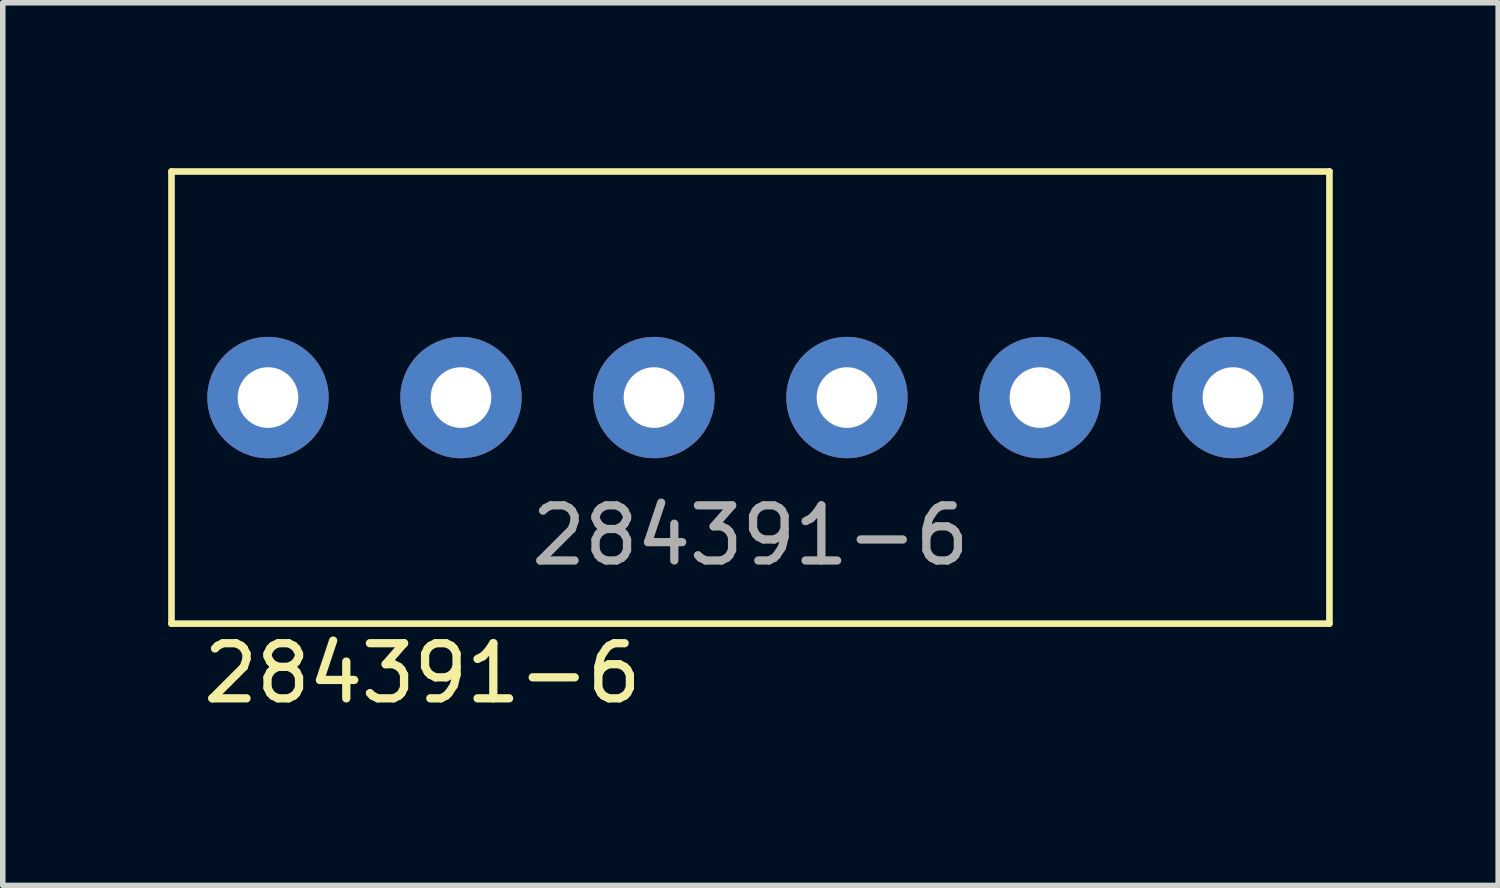
<source format=kicad_pcb>
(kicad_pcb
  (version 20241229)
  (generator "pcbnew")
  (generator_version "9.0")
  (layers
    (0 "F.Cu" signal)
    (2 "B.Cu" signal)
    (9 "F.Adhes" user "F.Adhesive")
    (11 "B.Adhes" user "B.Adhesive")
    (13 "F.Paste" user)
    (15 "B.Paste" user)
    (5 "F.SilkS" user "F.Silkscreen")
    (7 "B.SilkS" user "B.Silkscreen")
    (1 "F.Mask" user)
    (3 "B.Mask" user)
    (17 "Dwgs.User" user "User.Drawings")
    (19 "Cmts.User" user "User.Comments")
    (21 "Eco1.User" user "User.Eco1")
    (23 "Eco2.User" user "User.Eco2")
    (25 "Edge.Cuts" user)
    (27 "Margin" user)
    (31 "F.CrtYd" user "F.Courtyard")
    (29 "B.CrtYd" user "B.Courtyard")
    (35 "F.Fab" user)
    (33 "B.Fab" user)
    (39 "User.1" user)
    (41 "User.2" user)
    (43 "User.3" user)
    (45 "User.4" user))
  (footprint "284391-6"
    (layer "F.Cu")
    (at 10.56 4.16)
    (property "Reference" "284391-6" (at -10 5 0) (unlocked yes) (layer "F.SilkS") (effects (font (size 1 1) (thickness 0.15)) (justify left)))
    (attr through_hole)
    (fp_line (start -10.5 -4.1) (end 10.5 -4.1) (stroke (width 0.12) (type solid)) (layer "F.SilkS"))
    (fp_line (start -10.5 4.1) (end -10.5 -4.1) (stroke (width 0.12) (type solid)) (layer "F.SilkS"))
    (fp_line (start -10.5 4.1) (end 10.5 4.1) (stroke (width 0.12) (type solid)) (layer "F.SilkS"))
    (fp_line (start 10.5 4.1) (end 10.5 -4.1) (stroke (width 0.12) (type solid)) (layer "F.SilkS"))
    (fp_text user "${REFERENCE}" (at 0 2.5 0) (unlocked yes) (layer "F.Fab") (effects (font (size 1 1) (thickness 0.15))))
    (pad "1" thru_hole circle (at 8.75 0 180) (size 2.2 2.2) (drill 1.1) (layers "*.Cu" "*.Mask"))
    (pad "2" thru_hole circle (at 5.25 0 180) (size 2.2 2.2) (drill 1.1) (layers "*.Cu" "*.Mask"))
    (pad "3" thru_hole circle (at 1.75 0 180) (size 2.2 2.2) (drill 1.1) (layers "*.Cu" "*.Mask"))
    (pad "4" thru_hole circle (at -1.75 0 180) (size 2.2 2.2) (drill 1.1) (layers "*.Cu" "*.Mask"))
    (pad "5" thru_hole circle (at -5.25 0 180) (size 2.2 2.2) (drill 1.1) (layers "*.Cu" "*.Mask"))
    (pad "6" thru_hole circle (at -8.75 0 180) (size 2.2 2.2) (drill 1.1) (layers "*.Cu" "*.Mask")))
  (gr_rect
    (start -3 -3)
    (end 24.12 13.008)
    (stroke (width 0.1) (type default))
    (fill no)
    (layer "Edge.Cuts")))
</source>
